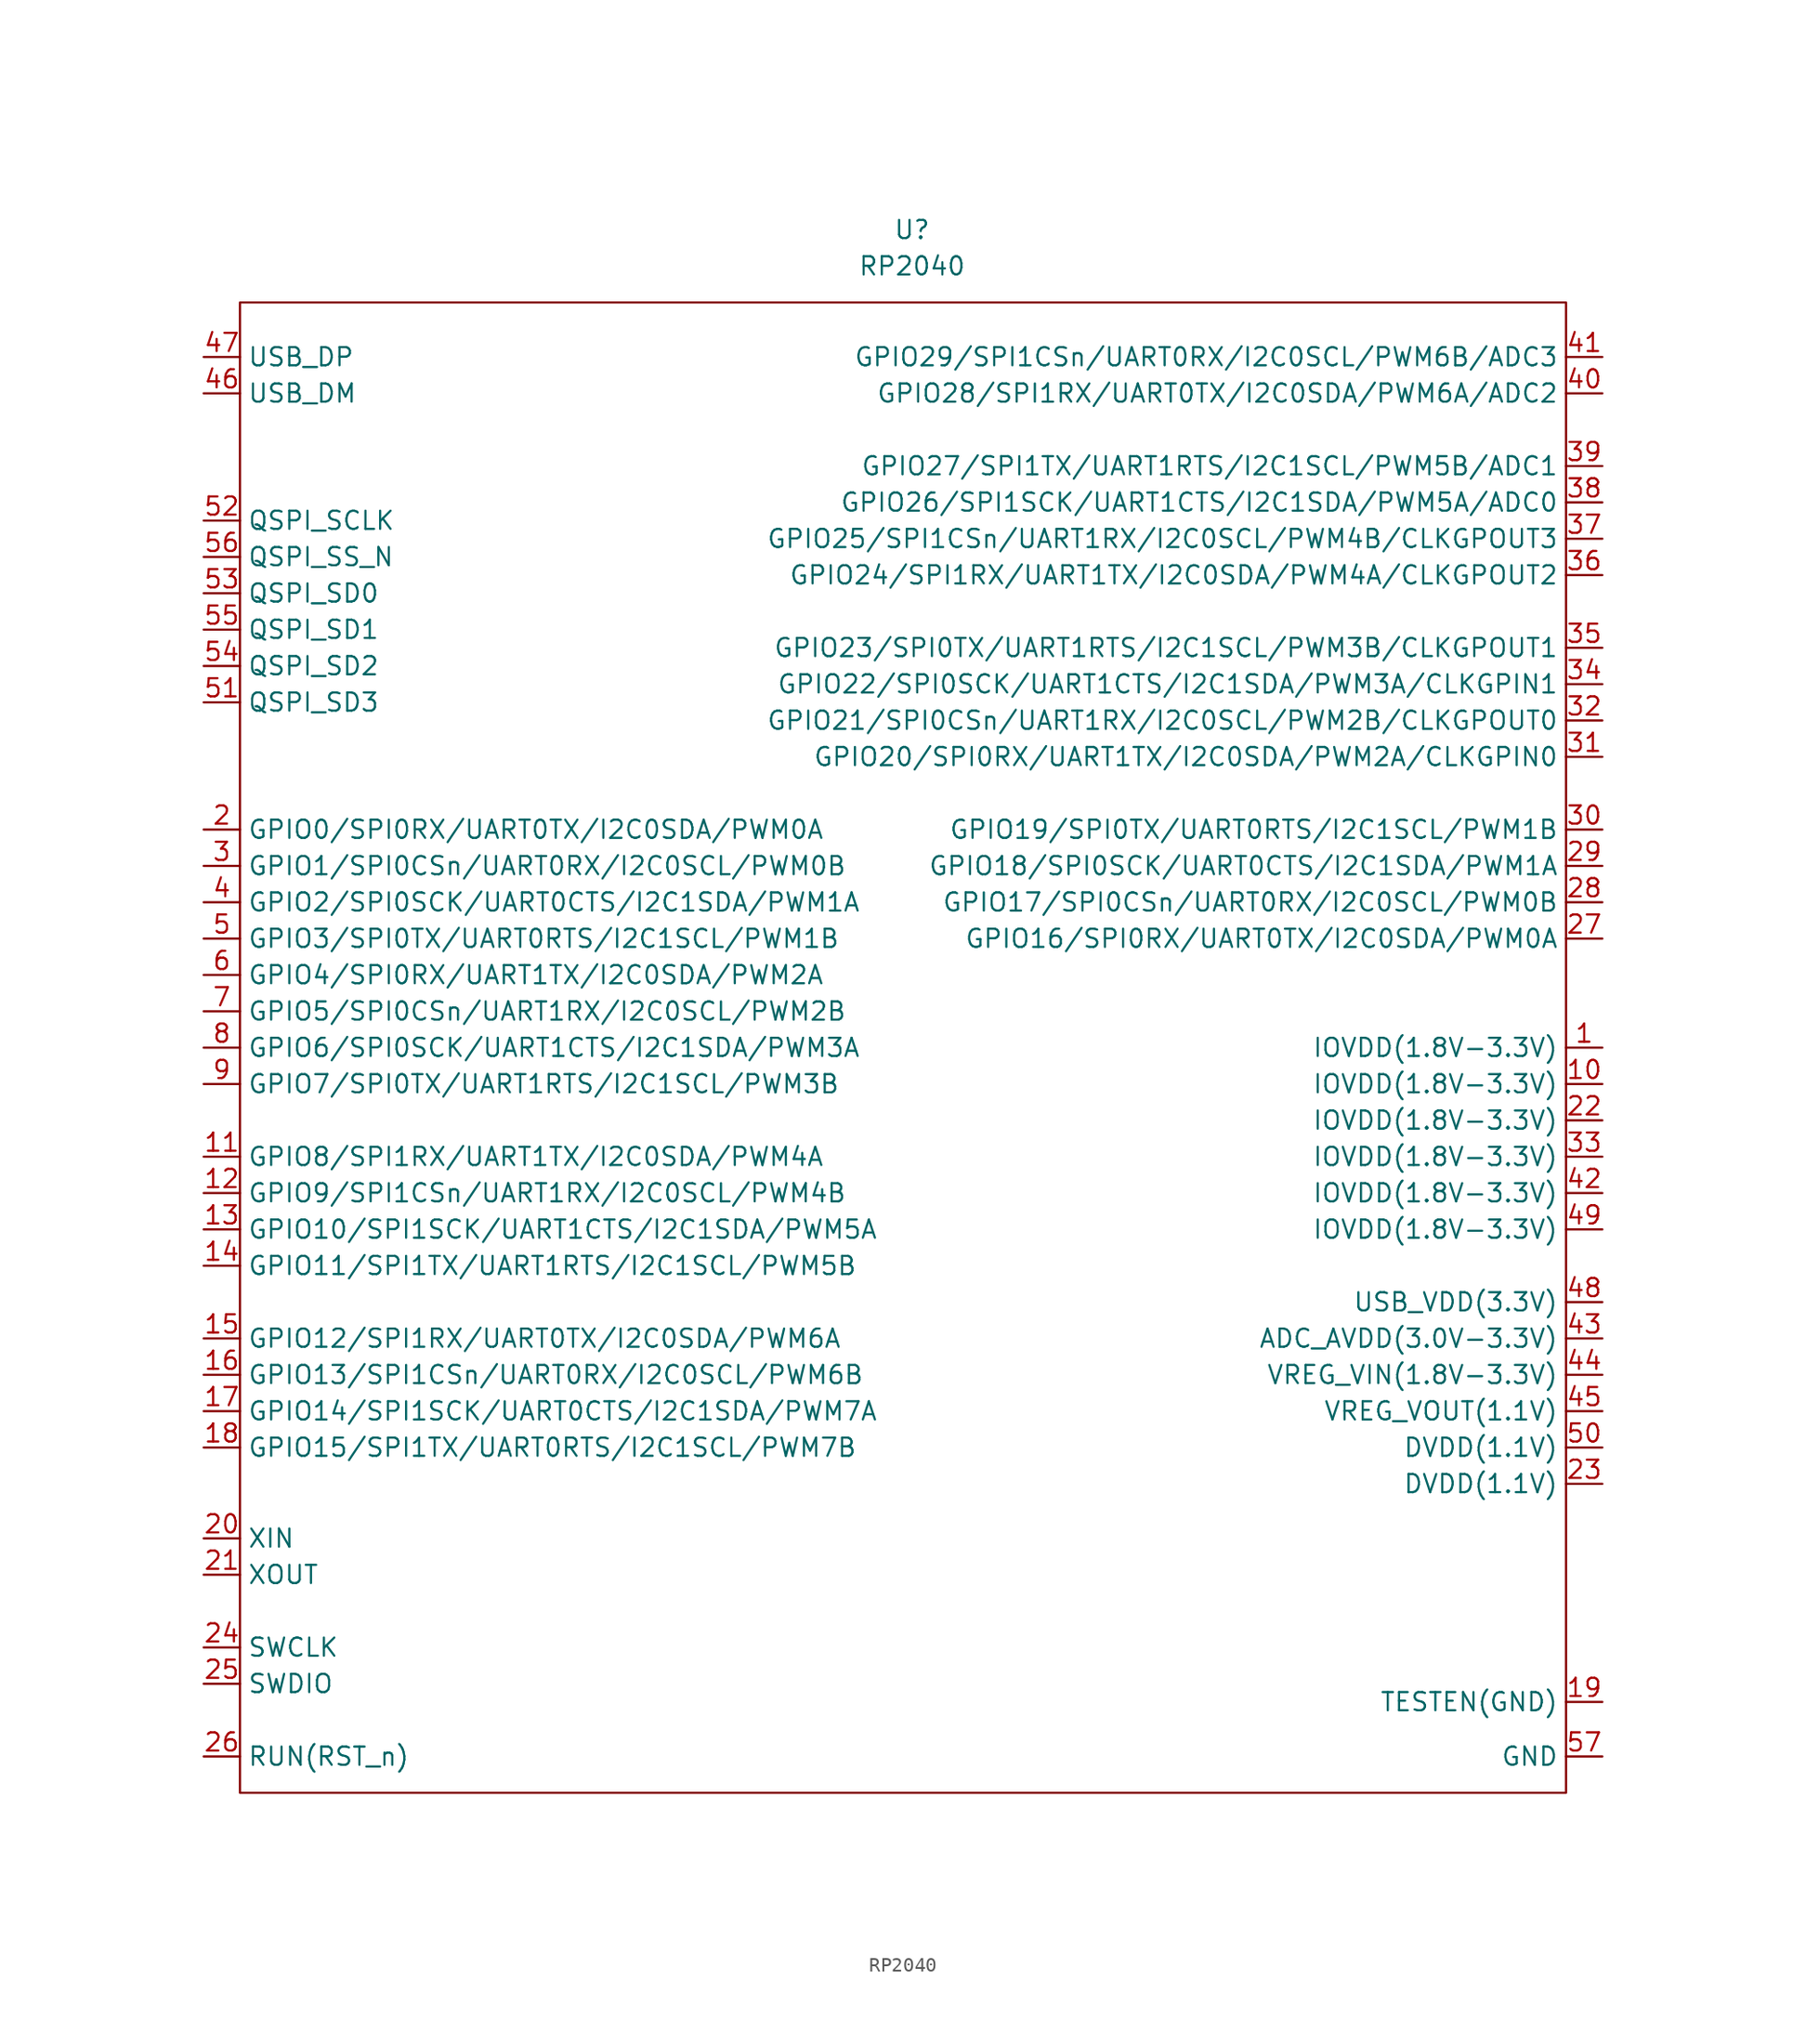
<source format=kicad_sym>
(kicad_symbol_lib
  (version 20211014)
  (generator kicad_symbol_editor)
  (symbol "RP2040"
    (property "Reference" "U"
      (at 0 57.15 0)
      (effects (font (size 1.27 1.27))))
    (property "Value" "RP2040"
      (at 0 54.61 0)
      (effects (font (size 1.27 1.27))))
    (symbol "RP2040_0_1"
      (rectangle (start -46.99 52.07) (end 45.72 -52.07) (stroke (width 0.152) (type default) (color 0 0 0 0)) (fill (type none))))
    (symbol "RP2040_1_1"
      (pin power_in line (at 48.26 0 180) (length 2.54) (name "IOVDD(1.8V-3.3V)" (effects (font (size 1.27 1.27)))) (number "1" (effects (font (size 1.27 1.27)))))
      (pin power_in line (at 48.26 -2.54 180) (length 2.54) (name "IOVDD(1.8V-3.3V)" (effects (font (size 1.27 1.27)))) (number "10" (effects (font (size 1.27 1.27)))))
      (pin bidirectional line (at -49.53 -7.62 0) (length 2.54) (name "GPIO8/SPI1RX/UART1TX/I2C0SDA/PWM4A" (effects (font (size 1.27 1.27)))) (number "11" (effects (font (size 1.27 1.27)))))
      (pin bidirectional line (at -49.53 -10.16 0) (length 2.54) (name "GPIO9/SPI1CSn/UART1RX/I2C0SCL/PWM4B" (effects (font (size 1.27 1.27)))) (number "12" (effects (font (size 1.27 1.27)))))
      (pin bidirectional line (at -49.53 -12.7 0) (length 2.54) (name "GPIO10/SPI1SCK/UART1CTS/I2C1SDA/PWM5A" (effects (font (size 1.27 1.27)))) (number "13" (effects (font (size 1.27 1.27)))))
      (pin bidirectional line (at -49.53 -15.24 0) (length 2.54) (name "GPIO11/SPI1TX/UART1RTS/I2C1SCL/PWM5B" (effects (font (size 1.27 1.27)))) (number "14" (effects (font (size 1.27 1.27)))))
      (pin bidirectional line (at -49.53 -20.32 0) (length 2.54) (name "GPIO12/SPI1RX/UART0TX/I2C0SDA/PWM6A" (effects (font (size 1.27 1.27)))) (number "15" (effects (font (size 1.27 1.27)))))
      (pin bidirectional line (at -49.53 -22.86 0) (length 2.54) (name "GPIO13/SPI1CSn/UART0RX/I2C0SCL/PWM6B" (effects (font (size 1.27 1.27)))) (number "16" (effects (font (size 1.27 1.27)))))
      (pin bidirectional line (at -49.53 -25.4 0) (length 2.54) (name "GPIO14/SPI1SCK/UART0CTS/I2C1SDA/PWM7A" (effects (font (size 1.27 1.27)))) (number "17" (effects (font (size 1.27 1.27)))))
      (pin bidirectional line (at -49.53 -27.94 0) (length 2.54) (name "GPIO15/SPI1TX/UART0RTS/I2C1SCL/PWM7B" (effects (font (size 1.27 1.27)))) (number "18" (effects (font (size 1.27 1.27)))))
      (pin input line (at 48.26 -45.72 180) (length 2.54) (name "TESTEN(GND)" (effects (font (size 1.27 1.27)))) (number "19" (effects (font (size 1.27 1.27)))))
      (pin bidirectional line (at -49.53 15.24 0) (length 2.54) (name "GPIO0/SPI0RX/UART0TX/I2C0SDA/PWM0A" (effects (font (size 1.27 1.27)))) (number "2" (effects (font (size 1.27 1.27)))))
      (pin input line (at -49.53 -34.29 0) (length 2.54) (name "XIN" (effects (font (size 1.27 1.27)))) (number "20" (effects (font (size 1.27 1.27)))))
      (pin output line (at -49.53 -36.83 0) (length 2.54) (name "XOUT" (effects (font (size 1.27 1.27)))) (number "21" (effects (font (size 1.27 1.27)))))
      (pin power_in line (at 48.26 -5.08 180) (length 2.54) (name "IOVDD(1.8V-3.3V)" (effects (font (size 1.27 1.27)))) (number "22" (effects (font (size 1.27 1.27)))))
      (pin power_in line (at 48.26 -30.48 180) (length 2.54) (name "DVDD(1.1V)" (effects (font (size 1.27 1.27)))) (number "23" (effects (font (size 1.27 1.27)))))
      (pin input line (at -49.53 -41.91 0) (length 2.54) (name "SWCLK" (effects (font (size 1.27 1.27)))) (number "24" (effects (font (size 1.27 1.27)))))
      (pin bidirectional line (at -49.53 -44.45 0) (length 2.54) (name "SWDIO" (effects (font (size 1.27 1.27)))) (number "25" (effects (font (size 1.27 1.27)))))
      (pin input line (at -49.53 -49.53 0) (length 2.54) (name "RUN(RST_n)" (effects (font (size 1.27 1.27)))) (number "26" (effects (font (size 1.27 1.27)))))
      (pin bidirectional line (at 48.26 7.62 180) (length 2.54) (name "GPIO16/SPI0RX/UART0TX/I2C0SDA/PWM0A" (effects (font (size 1.27 1.27)))) (number "27" (effects (font (size 1.27 1.27)))))
      (pin bidirectional line (at 48.26 10.16 180) (length 2.54) (name "GPIO17/SPI0CSn/UART0RX/I2C0SCL/PWM0B" (effects (font (size 1.27 1.27)))) (number "28" (effects (font (size 1.27 1.27)))))
      (pin bidirectional line (at 48.26 12.7 180) (length 2.54) (name "GPIO18/SPI0SCK/UART0CTS/I2C1SDA/PWM1A" (effects (font (size 1.27 1.27)))) (number "29" (effects (font (size 1.27 1.27)))))
      (pin bidirectional line (at -49.53 12.7 0) (length 2.54) (name "GPIO1/SPI0CSn/UART0RX/I2C0SCL/PWM0B" (effects (font (size 1.27 1.27)))) (number "3" (effects (font (size 1.27 1.27)))))
      (pin bidirectional line (at 48.26 15.24 180) (length 2.54) (name "GPIO19/SPI0TX/UART0RTS/I2C1SCL/PWM1B" (effects (font (size 1.27 1.27)))) (number "30" (effects (font (size 1.27 1.27)))))
      (pin bidirectional line (at 48.26 20.32 180) (length 2.54) (name "GPIO20/SPI0RX/UART1TX/I2C0SDA/PWM2A/CLKGPIN0" (effects (font (size 1.27 1.27)))) (number "31" (effects (font (size 1.27 1.27)))))
      (pin bidirectional line (at 48.26 22.86 180) (length 2.54) (name "GPIO21/SPI0CSn/UART1RX/I2C0SCL/PWM2B/CLKGPOUT0" (effects (font (size 1.27 1.27)))) (number "32" (effects (font (size 1.27 1.27)))))
      (pin power_in line (at 48.26 -7.62 180) (length 2.54) (name "IOVDD(1.8V-3.3V)" (effects (font (size 1.27 1.27)))) (number "33" (effects (font (size 1.27 1.27)))))
      (pin bidirectional line (at 48.26 25.4 180) (length 2.54) (name "GPIO22/SPI0SCK/UART1CTS/I2C1SDA/PWM3A/CLKGPIN1" (effects (font (size 1.27 1.27)))) (number "34" (effects (font (size 1.27 1.27)))))
      (pin bidirectional line (at 48.26 27.94 180) (length 2.54) (name "GPIO23/SPI0TX/UART1RTS/I2C1SCL/PWM3B/CLKGPOUT1" (effects (font (size 1.27 1.27)))) (number "35" (effects (font (size 1.27 1.27)))))
      (pin bidirectional line (at 48.26 33.02 180) (length 2.54) (name "GPIO24/SPI1RX/UART1TX/I2C0SDA/PWM4A/CLKGPOUT2" (effects (font (size 1.27 1.27)))) (number "36" (effects (font (size 1.27 1.27)))))
      (pin bidirectional line (at 48.26 35.56 180) (length 2.54) (name "GPIO25/SPI1CSn/UART1RX/I2C0SCL/PWM4B/CLKGPOUT3" (effects (font (size 1.27 1.27)))) (number "37" (effects (font (size 1.27 1.27)))))
      (pin bidirectional line (at 48.26 38.1 180) (length 2.54) (name "GPIO26/SPI1SCK/UART1CTS/I2C1SDA/PWM5A/ADC0" (effects (font (size 1.27 1.27)))) (number "38" (effects (font (size 1.27 1.27)))))
      (pin bidirectional line (at 48.26 40.64 180) (length 2.54) (name "GPIO27/SPI1TX/UART1RTS/I2C1SCL/PWM5B/ADC1" (effects (font (size 1.27 1.27)))) (number "39" (effects (font (size 1.27 1.27)))))
      (pin bidirectional line (at -49.53 10.16 0) (length 2.54) (name "GPIO2/SPI0SCK/UART0CTS/I2C1SDA/PWM1A" (effects (font (size 1.27 1.27)))) (number "4" (effects (font (size 1.27 1.27)))))
      (pin bidirectional line (at 48.26 45.72 180) (length 2.54) (name "GPIO28/SPI1RX/UART0TX/I2C0SDA/PWM6A/ADC2" (effects (font (size 1.27 1.27)))) (number "40" (effects (font (size 1.27 1.27)))))
      (pin bidirectional line (at 48.26 48.26 180) (length 2.54) (name "GPIO29/SPI1CSn/UART0RX/I2C0SCL/PWM6B/ADC3" (effects (font (size 1.27 1.27)))) (number "41" (effects (font (size 1.27 1.27)))))
      (pin power_in line (at 48.26 -10.16 180) (length 2.54) (name "IOVDD(1.8V-3.3V)" (effects (font (size 1.27 1.27)))) (number "42" (effects (font (size 1.27 1.27)))))
      (pin power_in line (at 48.26 -20.32 180) (length 2.54) (name "ADC_AVDD(3.0V-3.3V)" (effects (font (size 1.27 1.27)))) (number "43" (effects (font (size 1.27 1.27)))))
      (pin power_in line (at 48.26 -22.86 180) (length 2.54) (name "VREG_VIN(1.8V-3.3V)" (effects (font (size 1.27 1.27)))) (number "44" (effects (font (size 1.27 1.27)))))
      (pin power_out line (at 48.26 -25.4 180) (length 2.54) (name "VREG_VOUT(1.1V)" (effects (font (size 1.27 1.27)))) (number "45" (effects (font (size 1.27 1.27)))))
      (pin bidirectional line (at -49.53 45.72 0) (length 2.54) (name "USB_DM" (effects (font (size 1.27 1.27)))) (number "46" (effects (font (size 1.27 1.27)))))
      (pin bidirectional line (at -49.53 48.26 0) (length 2.54) (name "USB_DP" (effects (font (size 1.27 1.27)))) (number "47" (effects (font (size 1.27 1.27)))))
      (pin power_in line (at 48.26 -17.78 180) (length 2.54) (name "USB_VDD(3.3V)" (effects (font (size 1.27 1.27)))) (number "48" (effects (font (size 1.27 1.27)))))
      (pin power_in line (at 48.26 -12.7 180) (length 2.54) (name "IOVDD(1.8V-3.3V)" (effects (font (size 1.27 1.27)))) (number "49" (effects (font (size 1.27 1.27)))))
      (pin bidirectional line (at -49.53 7.62 0) (length 2.54) (name "GPIO3/SPI0TX/UART0RTS/I2C1SCL/PWM1B" (effects (font (size 1.27 1.27)))) (number "5" (effects (font (size 1.27 1.27)))))
      (pin power_in line (at 48.26 -27.94 180) (length 2.54) (name "DVDD(1.1V)" (effects (font (size 1.27 1.27)))) (number "50" (effects (font (size 1.27 1.27)))))
      (pin bidirectional line (at -49.53 24.13 0) (length 2.54) (name "QSPI_SD3" (effects (font (size 1.27 1.27)))) (number "51" (effects (font (size 1.27 1.27)))))
      (pin bidirectional line (at -49.53 36.83 0) (length 2.54) (name "QSPI_SCLK" (effects (font (size 1.27 1.27)))) (number "52" (effects (font (size 1.27 1.27)))))
      (pin bidirectional line (at -49.53 31.75 0) (length 2.54) (name "QSPI_SD0" (effects (font (size 1.27 1.27)))) (number "53" (effects (font (size 1.27 1.27)))))
      (pin bidirectional line (at -49.53 26.67 0) (length 2.54) (name "QSPI_SD2" (effects (font (size 1.27 1.27)))) (number "54" (effects (font (size 1.27 1.27)))))
      (pin bidirectional line (at -49.53 29.21 0) (length 2.54) (name "QSPI_SD1" (effects (font (size 1.27 1.27)))) (number "55" (effects (font (size 1.27 1.27)))))
      (pin bidirectional line (at -49.53 34.29 0) (length 2.54) (name "QSPI_SS_N" (effects (font (size 1.27 1.27)))) (number "56" (effects (font (size 1.27 1.27)))))
      (pin power_in line (at 48.26 -49.53 180) (length 2.54) (name "GND" (effects (font (size 1.27 1.27)))) (number "57" (effects (font (size 1.27 1.27)))))
      (pin bidirectional line (at -49.53 5.08 0) (length 2.54) (name "GPIO4/SPI0RX/UART1TX/I2C0SDA/PWM2A" (effects (font (size 1.27 1.27)))) (number "6" (effects (font (size 1.27 1.27)))))
      (pin bidirectional line (at -49.53 2.54 0) (length 2.54) (name "GPIO5/SPI0CSn/UART1RX/I2C0SCL/PWM2B" (effects (font (size 1.27 1.27)))) (number "7" (effects (font (size 1.27 1.27)))))
      (pin bidirectional line (at -49.53 0 0) (length 2.54) (name "GPIO6/SPI0SCK/UART1CTS/I2C1SDA/PWM3A" (effects (font (size 1.27 1.27)))) (number "8" (effects (font (size 1.27 1.27)))))
      (pin bidirectional line (at -49.53 -2.54 0) (length 2.54) (name "GPIO7/SPI0TX/UART1RTS/I2C1SCL/PWM3B" (effects (font (size 1.27 1.27)))) (number "9" (effects (font (size 1.27 1.27))))))))
</source>
